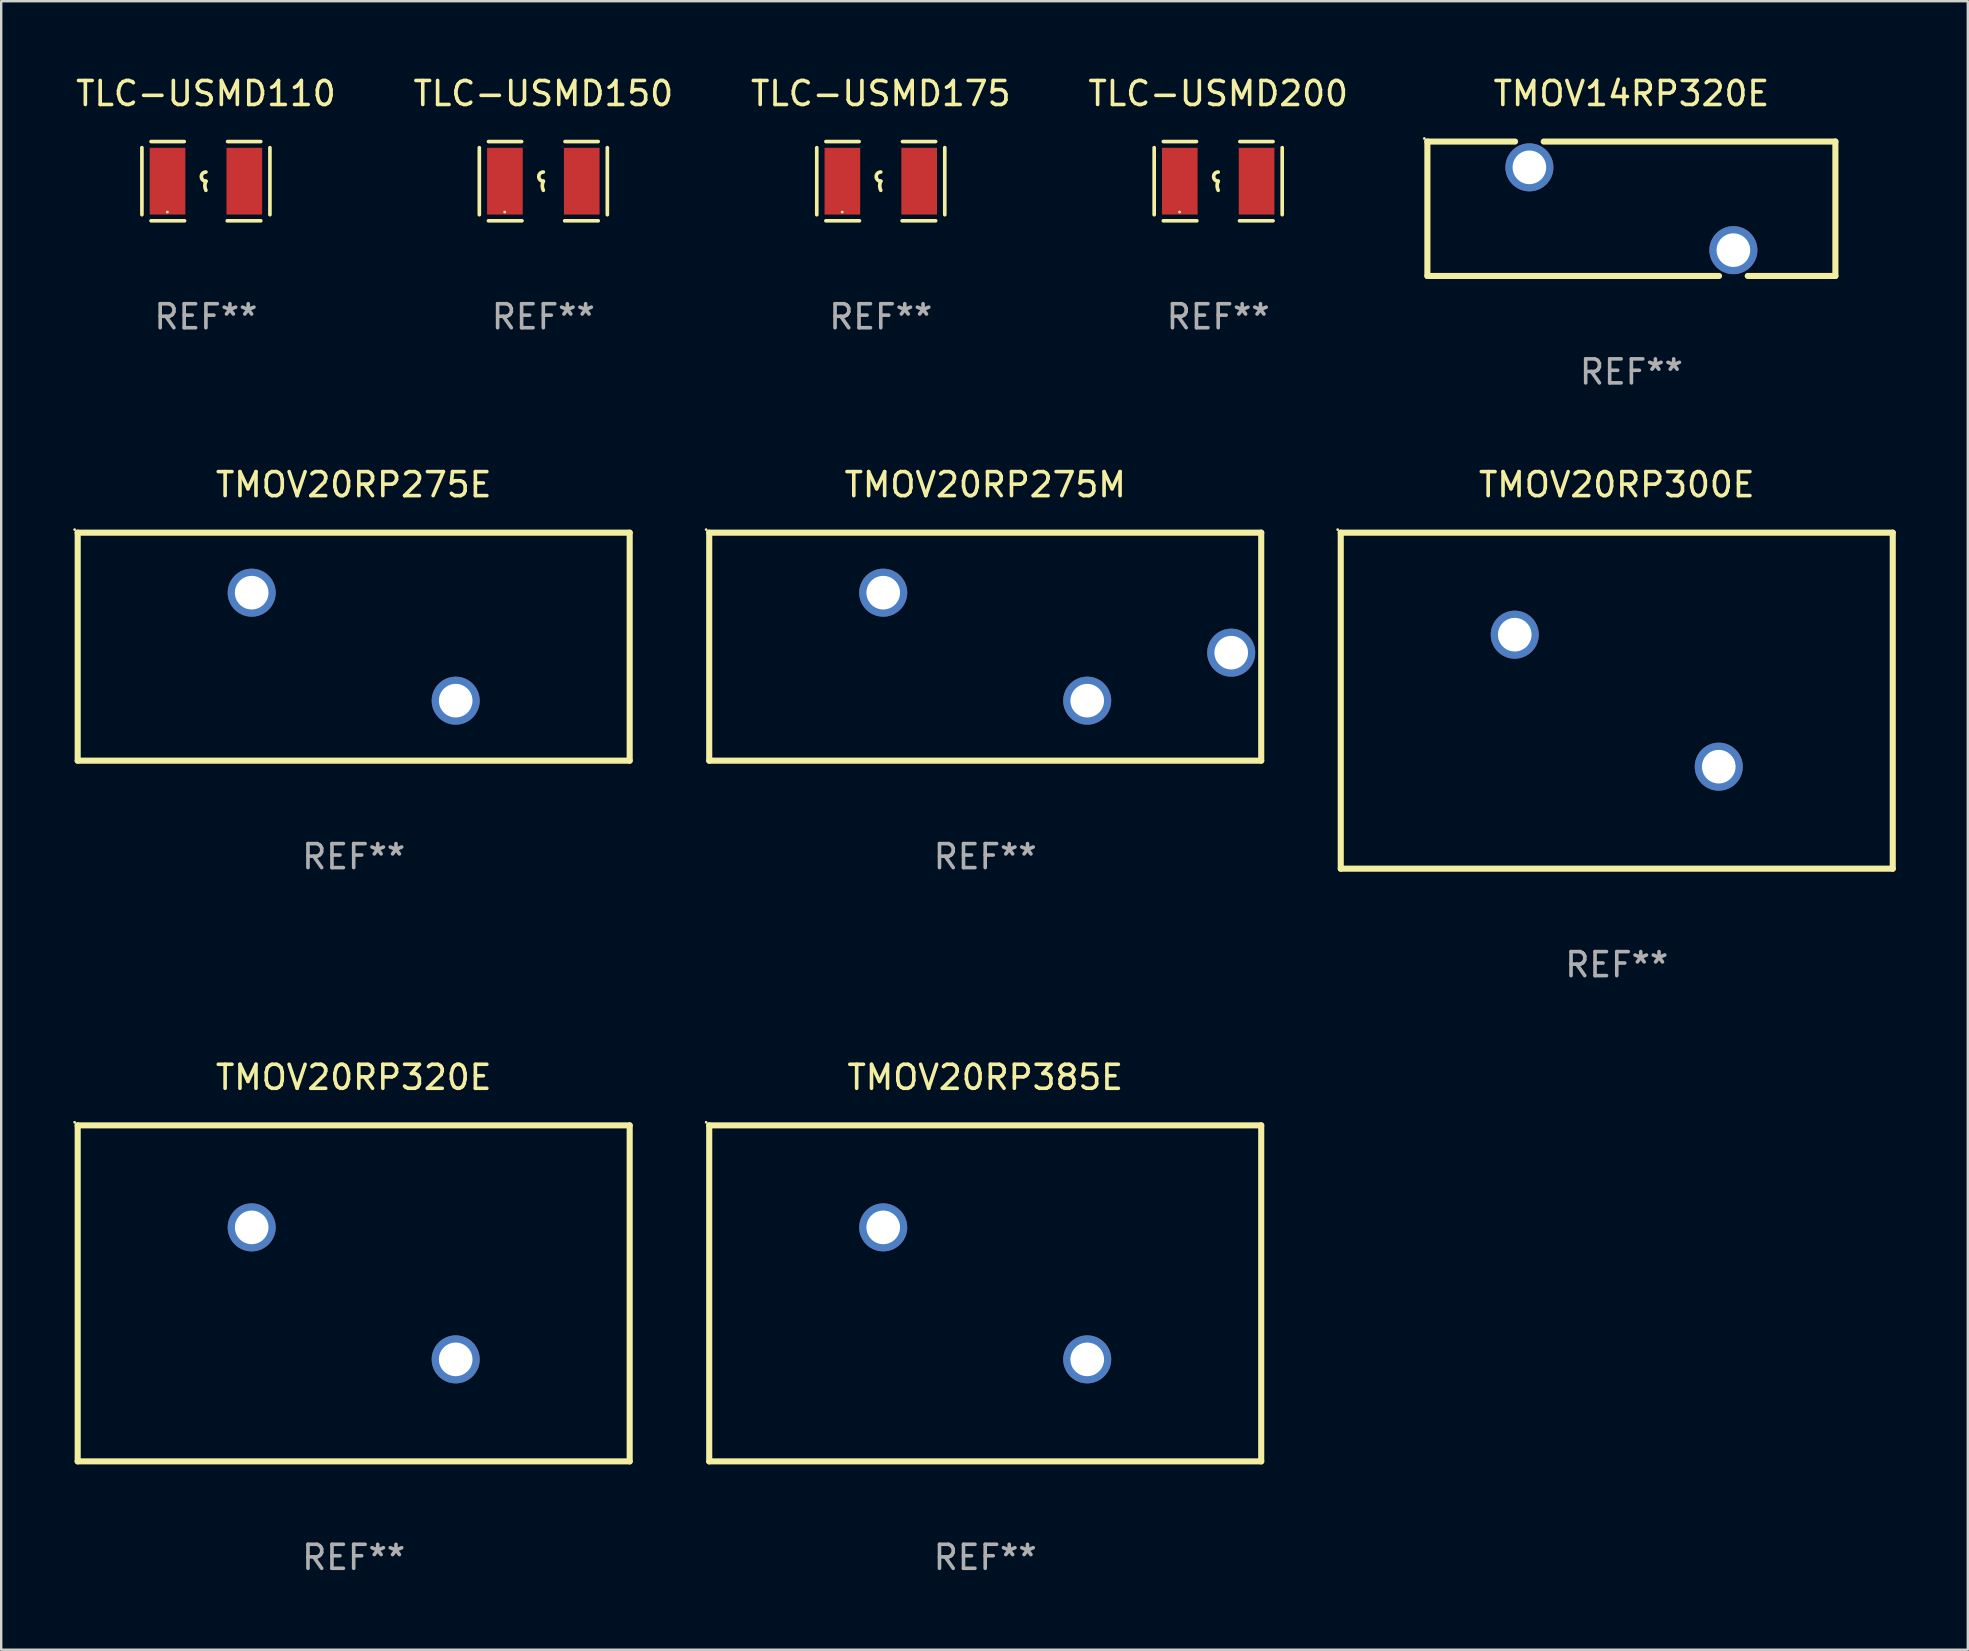
<source format=kicad_pcb>
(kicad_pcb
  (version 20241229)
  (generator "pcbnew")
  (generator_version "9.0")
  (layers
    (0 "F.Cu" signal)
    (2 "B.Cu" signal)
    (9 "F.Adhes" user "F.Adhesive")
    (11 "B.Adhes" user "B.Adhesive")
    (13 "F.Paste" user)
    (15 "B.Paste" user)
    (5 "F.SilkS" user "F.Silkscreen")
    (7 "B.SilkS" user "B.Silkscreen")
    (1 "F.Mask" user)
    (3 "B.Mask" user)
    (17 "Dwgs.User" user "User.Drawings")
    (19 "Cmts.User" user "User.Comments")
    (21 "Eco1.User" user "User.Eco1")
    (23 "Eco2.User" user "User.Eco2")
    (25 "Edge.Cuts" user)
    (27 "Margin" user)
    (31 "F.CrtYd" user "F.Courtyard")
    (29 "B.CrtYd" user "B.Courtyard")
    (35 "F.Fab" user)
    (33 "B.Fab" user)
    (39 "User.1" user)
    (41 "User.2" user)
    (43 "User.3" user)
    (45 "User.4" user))
  (footprint "TLC-USMD200"
    (layer "F.Cu")
    (at 47.708 4.499)
    (property "Reference" "TLC-USMD200" (at 0 -3.651 0) (layer "F.SilkS") (effects (font (size 1 1) (thickness 0.15))))
    (attr through_hole)
    (fp_line (start -2.667 -1.397) (end -2.667 1.397) (stroke (width 0.152) (type solid)) (layer "F.SilkS"))
    (fp_line (start -2.286 -1.651) (end -0.903 -1.651) (stroke (width 0.152) (type solid)) (layer "F.SilkS"))
    (fp_line (start -0.889 1.651) (end -2.286 1.651) (stroke (width 0.152) (type solid)) (layer "F.SilkS"))
    (fp_line (start 0.889 1.651) (end 2.286 1.651) (stroke (width 0.152) (type solid)) (layer "F.SilkS"))
    (fp_line (start 2.286 -1.651) (end 0.903 -1.651) (stroke (width 0.152) (type solid)) (layer "F.SilkS"))
    (fp_line (start 2.667 -1.397) (end 2.667 1.397) (stroke (width 0.152) (type solid)) (layer "F.SilkS"))
    (fp_arc (start 0 0) (mid -0.1905 -0.1905) (end 0 -0.381) (stroke (width 0.151994) (type solid)) (layer "F.SilkS"))
    (fp_arc (start 0 0.381001) (mid -0.044971 0.1905) (end 0 0) (stroke (width 0.151994) (type solid)) (layer "F.SilkS"))
    (fp_circle (center -1.608 1.288) (end -1.578 1.288) (stroke (width 0.06) (type solid)) (fill no) (layer "F.SilkS"))
    (fp_text user "REF**" (at 0 5.651 0) (layer "F.Fab") (effects (font (size 1 1) (thickness 0.15))))
    (pad "1" smd rect (at -1.6 0) (size 1.485 2.781) (layers "F.Cu" "F.Mask" "F.Paste"))
    (pad "2" smd rect (at 1.6 0) (size 1.485 2.781) (layers "F.Cu" "F.Mask" "F.Paste")))
  (footprint "TMOV14RP320E"
    (layer "F.Cu")
    (at 64.925 5.648)
    (property "Reference" "TMOV14RP320E" (at 0 -4.8 0) (layer "F.SilkS") (effects (font (size 1 1) (thickness 0.15))))
    (attr through_hole)
    (fp_line (start -8.5 -2.8) (end -4.847 -2.8) (stroke (width 0.254) (type solid)) (layer "F.SilkS"))
    (fp_line (start -8.5 2.8) (end -8.5 -2.8) (stroke (width 0.254) (type solid)) (layer "F.SilkS"))
    (fp_line (start -8.5 2.8) (end 3.652 2.8) (stroke (width 0.254) (type solid)) (layer "F.SilkS"))
    (fp_line (start -3.652 -2.8) (end 8.5 -2.8) (stroke (width 0.254) (type solid)) (layer "F.SilkS"))
    (fp_line (start 4.847 2.8) (end 8.5 2.8) (stroke (width 0.254) (type solid)) (layer "F.SilkS"))
    (fp_line (start 8.5 -2.8) (end 8.5 2.8) (stroke (width 0.254) (type solid)) (layer "F.SilkS"))
    (fp_circle (center -8.627 -2.927) (end -8.597 -2.927) (stroke (width 0.06) (type solid)) (fill no) (layer "F.SilkS"))
    (fp_text user "REF**" (at 0 6.8 0) (layer "F.Fab") (effects (font (size 1 1) (thickness 0.15))))
    (pad "1" thru_hole circle (at -4.25 -1.725) (size 2 2) (drill 1.4) (layers "*.Cu" "*.Mask"))
    (pad "2" thru_hole circle (at 4.25 1.725) (size 2 2) (drill 1.4) (layers "*.Cu" "*.Mask")))
  (footprint "TLC-USMD175"
    (layer "F.Cu")
    (at 33.649 4.499)
    (property "Reference" "TLC-USMD175" (at 0 -3.651 0) (layer "F.SilkS") (effects (font (size 1 1) (thickness 0.15))))
    (attr through_hole)
    (fp_line (start -2.667 -1.397) (end -2.667 1.397) (stroke (width 0.152) (type solid)) (layer "F.SilkS"))
    (fp_line (start -2.286 -1.651) (end -0.903 -1.651) (stroke (width 0.152) (type solid)) (layer "F.SilkS"))
    (fp_line (start -0.889 1.651) (end -2.286 1.651) (stroke (width 0.152) (type solid)) (layer "F.SilkS"))
    (fp_line (start 0.889 1.651) (end 2.286 1.651) (stroke (width 0.152) (type solid)) (layer "F.SilkS"))
    (fp_line (start 2.286 -1.651) (end 0.903 -1.651) (stroke (width 0.152) (type solid)) (layer "F.SilkS"))
    (fp_line (start 2.667 -1.397) (end 2.667 1.397) (stroke (width 0.152) (type solid)) (layer "F.SilkS"))
    (fp_arc (start 0 0) (mid -0.1905 -0.1905) (end 0 -0.381) (stroke (width 0.151994) (type solid)) (layer "F.SilkS"))
    (fp_arc (start 0 0.381001) (mid -0.044971 0.1905) (end 0 0) (stroke (width 0.151994) (type solid)) (layer "F.SilkS"))
    (fp_circle (center -1.608 1.288) (end -1.578 1.288) (stroke (width 0.06) (type solid)) (fill no) (layer "F.SilkS"))
    (fp_text user "REF**" (at 0 5.651 0) (layer "F.Fab") (effects (font (size 1 1) (thickness 0.15))))
    (pad "1" smd rect (at -1.6 0) (size 1.485 2.781) (layers "F.Cu" "F.Mask" "F.Paste"))
    (pad "2" smd rect (at 1.6 0) (size 1.485 2.781) (layers "F.Cu" "F.Mask" "F.Paste")))
  (footprint "TMOV20RP385E"
    (layer "F.Cu")
    (at 38.001 50.841)
    (property "Reference" "TMOV20RP385E" (at 0 -9 0) (layer "F.SilkS") (effects (font (size 1 1) (thickness 0.15))))
    (attr through_hole)
    (fp_line (start -11.5 -7) (end 11.5 -7) (stroke (width 0.254) (type solid)) (layer "F.SilkS"))
    (fp_line (start -11.5 7) (end -11.5 -7) (stroke (width 0.254) (type solid)) (layer "F.SilkS"))
    (fp_line (start 11.5 7) (end -11.5 7) (stroke (width 0.254) (type solid)) (layer "F.SilkS"))
    (fp_line (start 11.5 7) (end 11.5 -7) (stroke (width 0.254) (type solid)) (layer "F.SilkS"))
    (fp_circle (center -11.627 -7.127) (end -11.597 -7.127) (stroke (width 0.06) (type solid)) (fill no) (layer "F.SilkS"))
    (fp_text user "REF**" (at 0 11 0) (layer "F.Fab") (effects (font (size 1 1) (thickness 0.15))))
    (pad "1" thru_hole circle (at -4.25 -2.75) (size 2 2) (drill 1.4) (layers "*.Cu" "*.Mask"))
    (pad "2" thru_hole circle (at 4.25 2.75) (size 2 2) (drill 1.4) (layers "*.Cu" "*.Mask")))
  (footprint "TLC-USMD150"
    (layer "F.Cu")
    (at 19.589 4.499)
    (property "Reference" "TLC-USMD150" (at 0 -3.651 0) (layer "F.SilkS") (effects (font (size 1 1) (thickness 0.15))))
    (attr through_hole)
    (fp_line (start -2.667 -1.397) (end -2.667 1.397) (stroke (width 0.152) (type solid)) (layer "F.SilkS"))
    (fp_line (start -2.286 -1.651) (end -0.903 -1.651) (stroke (width 0.152) (type solid)) (layer "F.SilkS"))
    (fp_line (start -0.889 1.651) (end -2.286 1.651) (stroke (width 0.152) (type solid)) (layer "F.SilkS"))
    (fp_line (start 0.889 1.651) (end 2.286 1.651) (stroke (width 0.152) (type solid)) (layer "F.SilkS"))
    (fp_line (start 2.286 -1.651) (end 0.903 -1.651) (stroke (width 0.152) (type solid)) (layer "F.SilkS"))
    (fp_line (start 2.667 -1.397) (end 2.667 1.397) (stroke (width 0.152) (type solid)) (layer "F.SilkS"))
    (fp_arc (start 0 0) (mid -0.1905 -0.1905) (end 0 -0.381) (stroke (width 0.151994) (type solid)) (layer "F.SilkS"))
    (fp_arc (start 0 0.381001) (mid -0.044971 0.1905) (end 0 0) (stroke (width 0.151994) (type solid)) (layer "F.SilkS"))
    (fp_circle (center -1.608 1.288) (end -1.578 1.288) (stroke (width 0.06) (type solid)) (fill no) (layer "F.SilkS"))
    (fp_text user "REF**" (at 0 5.651 0) (layer "F.Fab") (effects (font (size 1 1) (thickness 0.15))))
    (pad "1" smd rect (at -1.6 0) (size 1.485 2.781) (layers "F.Cu" "F.Mask" "F.Paste"))
    (pad "2" smd rect (at 1.6 0) (size 1.485 2.781) (layers "F.Cu" "F.Mask" "F.Paste")))
  (footprint "TMOV20RP320E"
    (layer "F.Cu")
    (at 11.687 50.841)
    (property "Reference" "TMOV20RP320E" (at 0 -9 0) (layer "F.SilkS") (effects (font (size 1 1) (thickness 0.15))))
    (attr through_hole)
    (fp_line (start -11.5 -7) (end 11.5 -7) (stroke (width 0.254) (type solid)) (layer "F.SilkS"))
    (fp_line (start -11.5 7) (end -11.5 -7) (stroke (width 0.254) (type solid)) (layer "F.SilkS"))
    (fp_line (start 11.5 7) (end -11.5 7) (stroke (width 0.254) (type solid)) (layer "F.SilkS"))
    (fp_line (start 11.5 7) (end 11.5 -7) (stroke (width 0.254) (type solid)) (layer "F.SilkS"))
    (fp_circle (center -11.627 -7.127) (end -11.597 -7.127) (stroke (width 0.06) (type solid)) (fill no) (layer "F.SilkS"))
    (fp_text user "REF**" (at 0 11 0) (layer "F.Fab") (effects (font (size 1 1) (thickness 0.15))))
    (pad "1" thru_hole circle (at -4.25 -2.75) (size 2 2) (drill 1.4) (layers "*.Cu" "*.Mask"))
    (pad "2" thru_hole circle (at 4.25 2.75) (size 2 2) (drill 1.4) (layers "*.Cu" "*.Mask")))
  (footprint "TLC-USMD110"
    (layer "F.Cu")
    (at 5.53 4.499)
    (property "Reference" "TLC-USMD110" (at 0 -3.651 0) (layer "F.SilkS") (effects (font (size 1 1) (thickness 0.15))))
    (attr through_hole)
    (fp_line (start -2.667 -1.397) (end -2.667 1.397) (stroke (width 0.152) (type solid)) (layer "F.SilkS"))
    (fp_line (start -2.286 -1.651) (end -0.903 -1.651) (stroke (width 0.152) (type solid)) (layer "F.SilkS"))
    (fp_line (start -0.889 1.651) (end -2.286 1.651) (stroke (width 0.152) (type solid)) (layer "F.SilkS"))
    (fp_line (start 0.889 1.651) (end 2.286 1.651) (stroke (width 0.152) (type solid)) (layer "F.SilkS"))
    (fp_line (start 2.286 -1.651) (end 0.903 -1.651) (stroke (width 0.152) (type solid)) (layer "F.SilkS"))
    (fp_line (start 2.667 -1.397) (end 2.667 1.397) (stroke (width 0.152) (type solid)) (layer "F.SilkS"))
    (fp_arc (start 0 0) (mid -0.1905 -0.1905) (end 0 -0.381) (stroke (width 0.151994) (type solid)) (layer "F.SilkS"))
    (fp_arc (start 0 0.381001) (mid -0.044971 0.1905) (end 0 0) (stroke (width 0.151994) (type solid)) (layer "F.SilkS"))
    (fp_circle (center -1.608 1.288) (end -1.578 1.288) (stroke (width 0.06) (type solid)) (fill no) (layer "F.SilkS"))
    (fp_text user "REF**" (at 0 5.651 0) (layer "F.Fab") (effects (font (size 1 1) (thickness 0.15))))
    (pad "1" smd rect (at -1.6 0) (size 1.485 2.781) (layers "F.Cu" "F.Mask" "F.Paste"))
    (pad "2" smd rect (at 1.6 0) (size 1.485 2.781) (layers "F.Cu" "F.Mask" "F.Paste")))
  (footprint "TMOV20RP275E"
    (layer "F.Cu")
    (at 11.687 23.895)
    (property "Reference" "TMOV20RP275E" (at 0 -6.75 0) (layer "F.SilkS") (effects (font (size 1 1) (thickness 0.15))))
    (attr through_hole)
    (fp_line (start -11.5 -4.75) (end 11.5 -4.75) (stroke (width 0.254) (type solid)) (layer "F.SilkS"))
    (fp_line (start -11.5 4.75) (end -11.5 -4.75) (stroke (width 0.254) (type solid)) (layer "F.SilkS"))
    (fp_line (start 11.5 4.75) (end -11.5 4.75) (stroke (width 0.254) (type solid)) (layer "F.SilkS"))
    (fp_line (start 11.5 4.75) (end 11.5 -4.75) (stroke (width 0.254) (type solid)) (layer "F.SilkS"))
    (fp_circle (center -11.627 -4.877) (end -11.597 -4.877) (stroke (width 0.06) (type solid)) (fill no) (layer "F.SilkS"))
    (fp_text user "REF**" (at 0 8.75 0) (layer "F.Fab") (effects (font (size 1 1) (thickness 0.15))))
    (pad "1" thru_hole circle (at -4.25 -2.25) (size 2 2) (drill 1.4) (layers "*.Cu" "*.Mask"))
    (pad "2" thru_hole circle (at 4.25 2.25) (size 2 2) (drill 1.4) (layers "*.Cu" "*.Mask")))
  (footprint "TMOV20RP300E"
    (layer "F.Cu")
    (at 64.315 26.145)
    (property "Reference" "TMOV20RP300E" (at 0 -9 0) (layer "F.SilkS") (effects (font (size 1 1) (thickness 0.15))))
    (attr through_hole)
    (fp_line (start -11.5 -7) (end 11.5 -7) (stroke (width 0.254) (type solid)) (layer "F.SilkS"))
    (fp_line (start -11.5 7) (end -11.5 -7) (stroke (width 0.254) (type solid)) (layer "F.SilkS"))
    (fp_line (start 11.5 7) (end -11.5 7) (stroke (width 0.254) (type solid)) (layer "F.SilkS"))
    (fp_line (start 11.5 7) (end 11.5 -7) (stroke (width 0.254) (type solid)) (layer "F.SilkS"))
    (fp_circle (center -11.627 -7.127) (end -11.597 -7.127) (stroke (width 0.06) (type solid)) (fill no) (layer "F.SilkS"))
    (fp_text user "REF**" (at 0 11 0) (layer "F.Fab") (effects (font (size 1 1) (thickness 0.15))))
    (pad "1" thru_hole circle (at -4.25 -2.75) (size 2 2) (drill 1.4) (layers "*.Cu" "*.Mask"))
    (pad "2" thru_hole circle (at 4.25 2.75) (size 2 2) (drill 1.4) (layers "*.Cu" "*.Mask")))
  (footprint "TMOV20RP275M"
    (layer "F.Cu")
    (at 38.001 23.895)
    (property "Reference" "TMOV20RP275M" (at 0 -6.75 0) (layer "F.SilkS") (effects (font (size 1 1) (thickness 0.15))))
    (attr through_hole)
    (fp_line (start -11.5 -4.75) (end 11.5 -4.75) (stroke (width 0.254) (type solid)) (layer "F.SilkS"))
    (fp_line (start -11.5 4.75) (end -11.5 -4.75) (stroke (width 0.254) (type solid)) (layer "F.SilkS"))
    (fp_line (start 11.5 -4.75) (end 11.5 4.75) (stroke (width 0.254) (type solid)) (layer "F.SilkS"))
    (fp_line (start 11.5 4.75) (end -11.5 4.75) (stroke (width 0.254) (type solid)) (layer "F.SilkS"))
    (fp_circle (center -11.627 -4.877) (end -11.597 -4.877) (stroke (width 0.06) (type solid)) (fill no) (layer "F.SilkS"))
    (fp_text user "REF**" (at 0 8.75 0) (layer "F.Fab") (effects (font (size 1 1) (thickness 0.15))))
    (pad "1" thru_hole circle (at -4.25 -2.25) (size 2 2) (drill 1.4) (layers "*.Cu" "*.Mask"))
    (pad "2" thru_hole circle (at 4.25 2.25) (size 2 2) (drill 1.4) (layers "*.Cu" "*.Mask"))
    (pad "3" thru_hole circle (at 10.25 0.25) (size 2 2) (drill 1.4) (layers "*.Cu" "*.Mask")))
  (gr_rect
    (start -3 -3)
    (end 78.942 65.69)
    (stroke (width 0.1) (type default))
    (fill no)
    (layer "Edge.Cuts")))
</source>
